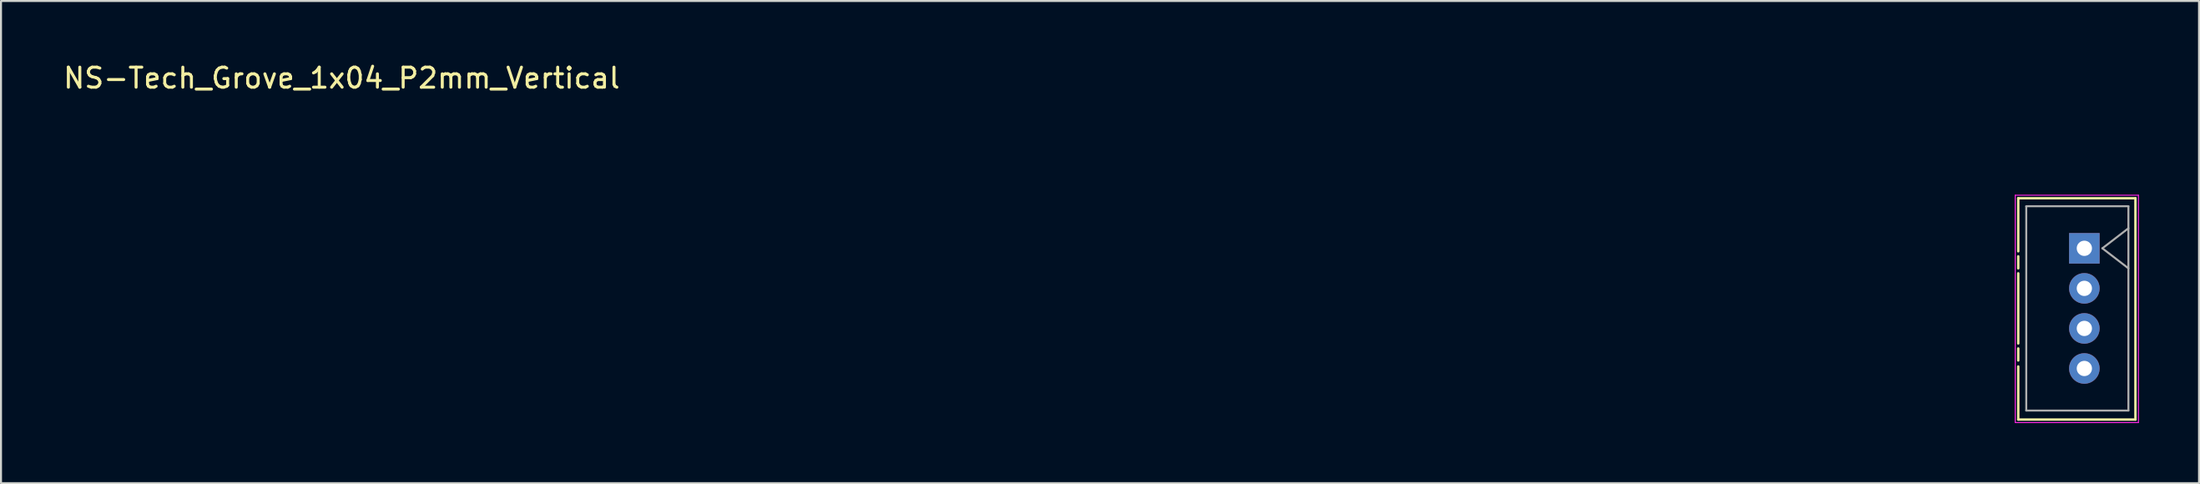
<source format=kicad_pcb>
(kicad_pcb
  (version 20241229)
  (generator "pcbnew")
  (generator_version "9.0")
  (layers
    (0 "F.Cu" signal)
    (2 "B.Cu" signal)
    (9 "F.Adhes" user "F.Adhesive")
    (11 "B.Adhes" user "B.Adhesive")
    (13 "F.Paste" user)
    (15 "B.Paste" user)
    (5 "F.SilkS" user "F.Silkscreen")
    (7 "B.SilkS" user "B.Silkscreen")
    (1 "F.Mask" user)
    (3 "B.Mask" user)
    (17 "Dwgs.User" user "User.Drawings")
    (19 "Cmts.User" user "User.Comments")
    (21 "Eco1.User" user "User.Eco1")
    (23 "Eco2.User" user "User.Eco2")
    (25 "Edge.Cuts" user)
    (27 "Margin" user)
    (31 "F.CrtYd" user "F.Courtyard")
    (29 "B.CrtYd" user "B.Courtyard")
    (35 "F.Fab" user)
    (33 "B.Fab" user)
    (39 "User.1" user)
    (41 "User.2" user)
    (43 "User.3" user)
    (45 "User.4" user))
  (footprint "NS-Tech_Grove_1x04_P2mm_Vertical"
    (layer "F.Cu")
    (at 101.006 9.348)
    (property "Reference" "NS-Tech_Grove_1x04_P2mm_Vertical" (at -87 -8.5 0) (layer "F.SilkS") (effects (font (size 1 1) (thickness 0.15))))
    (attr through_hole)
    (fp_line (start -3.3 -2.5) (end -3.3 0.15) (stroke (width 0.12) (type solid)) (layer "F.SilkS"))
    (fp_line (start -3.3 -2.5) (end 2.55 -2.5) (stroke (width 0.12) (type solid)) (layer "F.SilkS"))
    (fp_line (start -3.3 0.4) (end -3.3 1) (stroke (width 0.12) (type solid)) (layer "F.SilkS"))
    (fp_line (start -3.3 1.25) (end -3.3 4.75) (stroke (width 0.12) (type solid)) (layer "F.SilkS"))
    (fp_line (start -3.3 5) (end -3.3 5.6) (stroke (width 0.12) (type solid)) (layer "F.SilkS"))
    (fp_line (start -3.3 5.9) (end -3.3 8.55) (stroke (width 0.12) (type solid)) (layer "F.SilkS"))
    (fp_line (start -3.3 8.55) (end 2.55 8.55) (stroke (width 0.12) (type solid)) (layer "F.SilkS"))
    (fp_line (start 2.55 -2.5) (end 2.55 8.55) (stroke (width 0.12) (type solid)) (layer "F.SilkS"))
    (fp_line (start -3.45 -2.65) (end -3.45 8.7) (stroke (width 0.05) (type solid)) (layer "F.CrtYd"))
    (fp_line (start -3.45 -2.65) (end 2.7 -2.65) (stroke (width 0.05) (type solid)) (layer "F.CrtYd"))
    (fp_line (start -3.45 8.7) (end 2.7 8.7) (stroke (width 0.05) (type solid)) (layer "F.CrtYd"))
    (fp_line (start 2.7 8.7) (end 2.7 -2.65) (stroke (width 0.05) (type solid)) (layer "F.CrtYd"))
    (fp_line (start -2.9 -2.1) (end 2.2 -2.1) (stroke (width 0.1) (type solid)) (layer "F.Fab"))
    (fp_line (start -2.9 8.1) (end -2.9 -2.1) (stroke (width 0.1) (type solid)) (layer "F.Fab"))
    (fp_line (start 0.9 0) (end 2.2 1) (stroke (width 0.1) (type solid)) (layer "F.Fab"))
    (fp_line (start 2.2 -2.1) (end 2.2 8.1) (stroke (width 0.1) (type solid)) (layer "F.Fab"))
    (fp_line (start 2.2 -1) (end 0.9 0) (stroke (width 0.1) (type solid)) (layer "F.Fab"))
    (fp_line (start 2.2 8.1) (end -2.9 8.1) (stroke (width 0.1) (type solid)) (layer "F.Fab"))
    (pad "1" thru_hole rect (at 0 0) (size 1.524 1.524) (drill 0.762) (layers "*.Cu" "*.Mask"))
    (pad "2" thru_hole circle (at 0 2) (size 1.524 1.524) (drill 0.762) (layers "*.Cu" "*.Mask"))
    (pad "3" thru_hole circle (at 0 4) (size 1.524 1.524) (drill 0.762) (layers "*.Cu" "*.Mask"))
    (pad "4" thru_hole circle (at 0 6) (size 1.524 1.524) (drill 0.762) (layers "*.Cu" "*.Mask")))
  (gr_rect
    (start -3 -3)
    (end 106.731 21.073)
    (stroke (width 0.1) (type default))
    (fill no)
    (layer "Edge.Cuts")))
</source>
